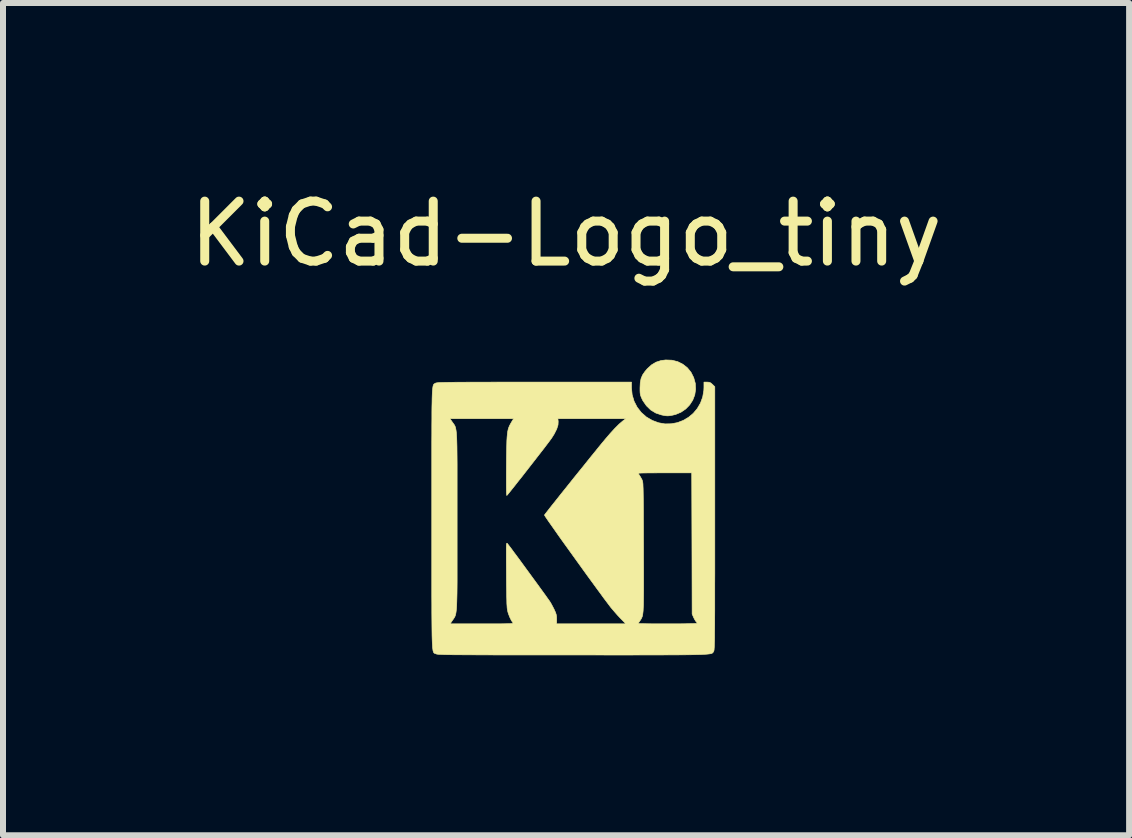
<source format=kicad_pcb>
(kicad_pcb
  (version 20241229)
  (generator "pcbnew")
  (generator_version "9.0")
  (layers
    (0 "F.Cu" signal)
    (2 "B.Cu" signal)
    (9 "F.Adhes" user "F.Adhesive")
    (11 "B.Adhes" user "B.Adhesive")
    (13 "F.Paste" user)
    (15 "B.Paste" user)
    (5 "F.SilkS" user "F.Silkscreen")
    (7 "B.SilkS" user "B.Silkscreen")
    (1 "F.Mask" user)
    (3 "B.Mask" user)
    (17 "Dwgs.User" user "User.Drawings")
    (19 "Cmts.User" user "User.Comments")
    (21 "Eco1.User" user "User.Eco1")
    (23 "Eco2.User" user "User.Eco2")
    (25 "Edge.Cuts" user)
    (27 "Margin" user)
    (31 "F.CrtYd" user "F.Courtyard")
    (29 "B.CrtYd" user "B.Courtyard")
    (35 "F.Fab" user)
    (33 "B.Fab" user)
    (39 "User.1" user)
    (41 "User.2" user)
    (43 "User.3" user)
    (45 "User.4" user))
  (footprint "KiCad-Logo_tiny"
    (layer "F.Cu")
    (at 6.387 5.928)
    (property "Reference" "KiCad-Logo_tiny" (at 0 -5.08 0) (layer "F.SilkS") (effects (font (size 1 1) (thickness 0.15))))
    (attr exclude_from_pos_files exclude_from_bom)
    (fp_poly (pts (xy 1.765 -2.973) (xy 1.861 -2.949) (xy 1.947 -2.906) (xy 2.022 -2.847) (xy 2.083 -2.772) (xy 2.128 -2.683) (xy 2.155 -2.586) (xy 2.16 -2.489) (xy 2.146 -2.395) (xy 2.112 -2.307) (xy 2.061 -2.228) (xy 1.995 -2.16) (xy 1.916 -2.106) (xy 1.826 -2.068) (xy 1.774 -2.056) (xy 1.73 -2.048) (xy 1.696 -2.045) (xy 1.663 -2.047) (xy 1.622 -2.054) (xy 1.589 -2.061) (xy 1.496 -2.092) (xy 1.412 -2.143) (xy 1.34 -2.213) (xy 1.281 -2.298) (xy 1.267 -2.326) (xy 1.251 -2.362) (xy 1.241 -2.392) (xy 1.235 -2.425) (xy 1.233 -2.466) (xy 1.233 -2.512) (xy 1.237 -2.596) (xy 1.25 -2.665) (xy 1.275 -2.726) (xy 1.315 -2.784) (xy 1.353 -2.829) (xy 1.425 -2.895) (xy 1.5 -2.94) (xy 1.583 -2.967) (xy 1.661 -2.977) (xy 1.765 -2.973)) (stroke (width 0.01) (type solid)) (fill yes) (layer "F.SilkS"))
    (fp_poly (pts (xy 1.091 -2.511) (xy 1.102 -2.397) (xy 1.134 -2.289) (xy 1.185 -2.19) (xy 1.253 -2.102) (xy 1.338 -2.027) (xy 1.435 -1.97) (xy 1.542 -1.93) (xy 1.649 -1.911) (xy 1.754 -1.913) (xy 1.857 -1.932) (xy 1.953 -1.969) (xy 2.042 -2.021) (xy 2.121 -2.087) (xy 2.188 -2.167) (xy 2.241 -2.258) (xy 2.278 -2.359) (xy 2.297 -2.47) (xy 2.299 -2.52) (xy 2.299 -2.608) (xy 2.351 -2.608) (xy 2.387 -2.605) (xy 2.414 -2.593) (xy 2.441 -2.569) (xy 2.48 -2.531) (xy 2.48 -0.339) (xy 2.48 -0.077) (xy 2.48 0.163) (xy 2.48 0.383) (xy 2.48 0.583) (xy 2.479 0.764) (xy 2.479 0.928) (xy 2.479 1.074) (xy 2.479 1.205) (xy 2.478 1.32) (xy 2.478 1.421) (xy 2.477 1.509) (xy 2.476 1.585) (xy 2.476 1.65) (xy 2.475 1.704) (xy 2.473 1.749) (xy 2.472 1.786) (xy 2.471 1.815) (xy 2.469 1.837) (xy 2.468 1.854) (xy 2.466 1.866) (xy 2.464 1.874) (xy 2.462 1.88) (xy 2.461 1.882) (xy 2.456 1.889) (xy 2.453 1.895) (xy 2.449 1.901) (xy 2.444 1.906) (xy 2.437 1.911) (xy 2.427 1.916) (xy 2.412 1.92) (xy 2.393 1.923) (xy 2.368 1.926) (xy 2.336 1.929) (xy 2.297 1.931) (xy 2.249 1.934) (xy 2.191 1.935) (xy 2.123 1.937) (xy 2.044 1.938) (xy 1.952 1.939) (xy 1.847 1.94) (xy 1.728 1.94) (xy 1.594 1.941) (xy 1.444 1.941) (xy 1.277 1.941) (xy 1.092 1.942) (xy 0.889 1.942) (xy 0.666 1.942) (xy 0.422 1.941) (xy 0.156 1.941) (xy 0.118 1.941) (xy -0.149 1.941) (xy -0.394 1.941) (xy -0.619 1.941) (xy -0.824 1.941) (xy -1.01 1.941) (xy -1.177 1.941) (xy -1.328 1.94) (xy -1.463 1.94) (xy -1.582 1.939) (xy -1.688 1.939) (xy -1.779 1.938) (xy -1.859 1.938) (xy -1.926 1.937) (xy -1.984 1.936) (xy -2.031 1.935) (xy -2.07 1.933) (xy -2.1 1.932) (xy -2.124 1.931) (xy -2.142 1.929) (xy -2.155 1.927) (xy -2.163 1.925) (xy -2.168 1.923) (xy -2.176 1.92) (xy -2.184 1.917) (xy -2.191 1.915) (xy -2.197 1.911) (xy -2.203 1.906) (xy -2.209 1.897) (xy -2.213 1.885) (xy -2.218 1.869) (xy -2.221 1.846) (xy -2.225 1.818) (xy -2.227 1.781) (xy -2.23 1.737) (xy -2.232 1.683) (xy -2.234 1.618) (xy -2.235 1.543) (xy -2.236 1.455) (xy -2.237 1.354) (xy -2.238 1.239) (xy -2.238 1.11) (xy -2.239 0.964) (xy -2.239 0.802) (xy -2.239 0.621) (xy -2.239 0.422) (xy -2.239 0.204) (xy -2.239 -0.035) (xy -2.239 -0.296) (xy -2.239 -0.338) (xy -2.239 -0.601) (xy -2.239 -0.842) (xy -2.239 -1.063) (xy -2.239 -1.264) (xy -2.239 -1.446) (xy -2.239 -1.61) (xy -2.238 -1.757) (xy -2.238 -1.888) (xy -2.237 -1.998) (xy -1.935 -1.998) (xy -1.895 -1.94) (xy -1.884 -1.925) (xy -1.874 -1.911) (xy -1.864 -1.897) (xy -1.856 -1.883) (xy -1.849 -1.868) (xy -1.843 -1.849) (xy -1.838 -1.826) (xy -1.833 -1.798) (xy -1.829 -1.764) (xy -1.826 -1.722) (xy -1.823 -1.67) (xy -1.821 -1.609) (xy -1.819 -1.537) (xy -1.818 -1.452) (xy -1.817 -1.354) (xy -1.816 -1.24) (xy -1.816 -1.111) (xy -1.816 -0.965) (xy -1.816 -0.8) (xy -1.816 -0.616) (xy -1.816 -0.41) (xy -1.816 -0.288) (xy -1.816 -0.071) (xy -1.816 0.125) (xy -1.816 0.3) (xy -1.816 0.456) (xy -1.816 0.595) (xy -1.816 0.717) (xy -1.817 0.823) (xy -1.818 0.915) (xy -1.82 0.994) (xy -1.822 1.062) (xy -1.824 1.118) (xy -1.827 1.165) (xy -1.831 1.204) (xy -1.835 1.235) (xy -1.84 1.261) (xy -1.846 1.282) (xy -1.852 1.299) (xy -1.86 1.314) (xy -1.868 1.327) (xy -1.877 1.341) (xy -1.888 1.356) (xy -1.894 1.365) (xy -1.933 1.422) (xy -1.401 1.422) (xy -1.278 1.422) (xy -1.175 1.422) (xy -1.092 1.422) (xy -1.025 1.421) (xy -0.974 1.42) (xy -0.936 1.419) (xy -0.91 1.417) (xy -0.894 1.415) (xy -0.886 1.412) (xy -0.884 1.408) (xy -0.886 1.404) (xy -0.887 1.403) (xy -0.912 1.366) (xy -0.938 1.313) (xy -0.962 1.251) (xy -0.97 1.224) (xy -0.974 1.206) (xy -0.978 1.185) (xy -0.982 1.159) (xy -0.984 1.126) (xy -0.987 1.083) (xy -0.988 1.028) (xy -0.99 0.96) (xy -0.991 0.877) (xy -0.993 0.775) (xy -0.994 0.654) (xy -0.994 0.61) (xy -0.995 0.484) (xy -0.996 0.38) (xy -0.996 0.295) (xy -0.996 0.227) (xy -0.996 0.174) (xy -0.995 0.135) (xy -0.994 0.107) (xy -0.992 0.09) (xy -0.989 0.081) (xy -0.986 0.078) (xy -0.981 0.08) (xy -0.977 0.085) (xy -0.967 0.098) (xy -0.945 0.127) (xy -0.912 0.17) (xy -0.872 0.225) (xy -0.824 0.289) (xy -0.77 0.362) (xy -0.713 0.44) (xy -0.654 0.521) (xy -0.594 0.603) (xy -0.534 0.685) (xy -0.477 0.763) (xy -0.424 0.836) (xy -0.376 0.902) (xy -0.335 0.959) (xy -0.303 1.004) (xy -0.281 1.035) (xy -0.276 1.041) (xy -0.253 1.078) (xy -0.227 1.126) (xy -0.201 1.176) (xy -0.198 1.183) (xy -0.176 1.231) (xy -0.164 1.268) (xy -0.158 1.304) (xy -0.157 1.346) (xy -0.157 1.422) (xy 0.997 1.422) (xy 0.906 1.329) (xy 0.859 1.279) (xy 0.809 1.222) (xy 0.763 1.168) (xy 0.742 1.143) (xy 0.712 1.103) (xy 0.672 1.05) (xy 0.623 0.985) (xy 0.568 0.909) (xy 0.506 0.825) (xy 0.439 0.733) (xy 0.368 0.636) (xy 0.295 0.535) (xy 0.221 0.432) (xy 0.146 0.328) (xy 0.072 0.225) (xy 0 0.125) (xy -0.069 0.029) (xy -0.133 -0.061) (xy -0.191 -0.144) (xy -0.243 -0.218) (xy -0.287 -0.28) (xy -0.321 -0.33) (xy -0.346 -0.367) (xy -0.358 -0.387) (xy -0.36 -0.391) (xy -0.352 -0.403) (xy -0.331 -0.43) (xy -0.299 -0.471) (xy -0.257 -0.525) (xy -0.206 -0.589) (xy -0.147 -0.663) (xy -0.083 -0.744) (xy -0.013 -0.831) (xy 0.059 -0.921) (xy 0.133 -1.014) (xy 0.193 -1.088) (xy 1.204 -1.088) (xy 1.21 -1.075) (xy 1.224 -1.053) (xy 1.225 -1.052) (xy 1.244 -1.021) (xy 1.264 -0.985) (xy 1.268 -0.976) (xy 1.271 -0.968) (xy 1.274 -0.958) (xy 1.277 -0.945) (xy 1.28 -0.927) (xy 1.282 -0.904) (xy 1.283 -0.873) (xy 1.285 -0.833) (xy 1.286 -0.784) (xy 1.287 -0.723) (xy 1.288 -0.649) (xy 1.289 -0.561) (xy 1.29 -0.457) (xy 1.29 -0.337) (xy 1.291 -0.198) (xy 1.291 -0.039) (xy 1.292 0.14) (xy 1.292 0.325) (xy 1.293 0.489) (xy 1.293 0.633) (xy 1.293 0.759) (xy 1.293 0.868) (xy 1.292 0.961) (xy 1.291 1.04) (xy 1.29 1.106) (xy 1.287 1.161) (xy 1.285 1.206) (xy 1.281 1.242) (xy 1.277 1.271) (xy 1.272 1.295) (xy 1.265 1.313) (xy 1.258 1.329) (xy 1.25 1.344) (xy 1.241 1.358) (xy 1.233 1.37) (xy 1.215 1.396) (xy 1.205 1.414) (xy 1.204 1.417) (xy 1.215 1.418) (xy 1.246 1.419) (xy 1.295 1.42) (xy 1.36 1.421) (xy 1.439 1.422) (xy 1.528 1.422) (xy 1.626 1.422) (xy 1.695 1.422) (xy 1.8 1.422) (xy 1.897 1.422) (xy 1.984 1.421) (xy 2.058 1.419) (xy 2.117 1.418) (xy 2.159 1.416) (xy 2.182 1.414) (xy 2.186 1.412) (xy 2.179 1.398) (xy 2.171 1.39) (xy 2.157 1.372) (xy 2.14 1.342) (xy 2.128 1.318) (xy 2.102 1.259) (xy 2.099 0.082) (xy 2.095 -1.095) (xy 1.65 -1.095) (xy 1.552 -1.095) (xy 1.462 -1.094) (xy 1.381 -1.094) (xy 1.313 -1.093) (xy 1.259 -1.092) (xy 1.222 -1.09) (xy 1.205 -1.089) (xy 1.204 -1.088) (xy 0.193 -1.088) (xy 0.208 -1.107) (xy 0.283 -1.199) (xy 0.355 -1.289) (xy 0.423 -1.374) (xy 0.487 -1.452) (xy 0.544 -1.523) (xy 0.594 -1.584) (xy 0.635 -1.633) (xy 0.652 -1.654) (xy 0.738 -1.754) (xy 0.815 -1.838) (xy 0.883 -1.906) (xy 0.946 -1.96) (xy 0.956 -1.967) (xy 0.995 -1.998) (xy -0.136 -1.998) (xy -0.131 -1.95) (xy -0.134 -1.893) (xy -0.156 -1.825) (xy -0.196 -1.745) (xy -0.241 -1.673) (xy -0.258 -1.65) (xy -0.286 -1.612) (xy -0.324 -1.562) (xy -0.37 -1.501) (xy -0.424 -1.432) (xy -0.483 -1.356) (xy -0.545 -1.276) (xy -0.609 -1.194) (xy -0.673 -1.112) (xy -0.735 -1.032) (xy -0.795 -0.957) (xy -0.849 -0.888) (xy -0.897 -0.828) (xy -0.937 -0.778) (xy -0.966 -0.742) (xy -0.985 -0.72) (xy -0.988 -0.717) (xy -0.99 -0.725) (xy -0.993 -0.755) (xy -0.994 -0.807) (xy -0.995 -0.881) (xy -0.995 -0.977) (xy -0.995 -1.094) (xy -0.994 -1.214) (xy -0.993 -1.346) (xy -0.991 -1.457) (xy -0.989 -1.551) (xy -0.987 -1.629) (xy -0.983 -1.692) (xy -0.978 -1.745) (xy -0.972 -1.788) (xy -0.964 -1.823) (xy -0.954 -1.854) (xy -0.942 -1.882) (xy -0.927 -1.91) (xy -0.913 -1.935) (xy -0.875 -1.998) (xy -1.935 -1.998) (xy -2.237 -1.998) (xy -2.237 -2.004) (xy -2.237 -2.106) (xy -2.236 -2.195) (xy -2.234 -2.272) (xy -2.233 -2.337) (xy -2.231 -2.393) (xy -2.229 -2.438) (xy -2.226 -2.475) (xy -2.223 -2.505) (xy -2.22 -2.528) (xy -2.216 -2.546) (xy -2.212 -2.559) (xy -2.208 -2.568) (xy -2.202 -2.574) (xy -2.197 -2.579) (xy -2.191 -2.582) (xy -2.184 -2.586) (xy -2.178 -2.589) (xy -2.173 -2.592) (xy -2.164 -2.594) (xy -2.152 -2.596) (xy -2.135 -2.598) (xy -2.111 -2.6) (xy -2.08 -2.601) (xy -2.041 -2.602) (xy -1.992 -2.603) (xy -1.933 -2.604) (xy -1.862 -2.605) (xy -1.778 -2.606) (xy -1.68 -2.606) (xy -1.567 -2.607) (xy -1.438 -2.607) (xy -1.292 -2.607) (xy -1.128 -2.608) (xy -0.944 -2.608) (xy -0.74 -2.608) (xy -0.529 -2.608) (xy 1.091 -2.608) (xy 1.091 -2.511)) (stroke (width 0.01) (type solid)) (fill yes) (layer "F.SilkS")))
  (gr_rect
    (start -3 -3)
    (end 15.774 10.875)
    (stroke (width 0.1) (type default))
    (fill no)
    (layer "Edge.Cuts")))
</source>
